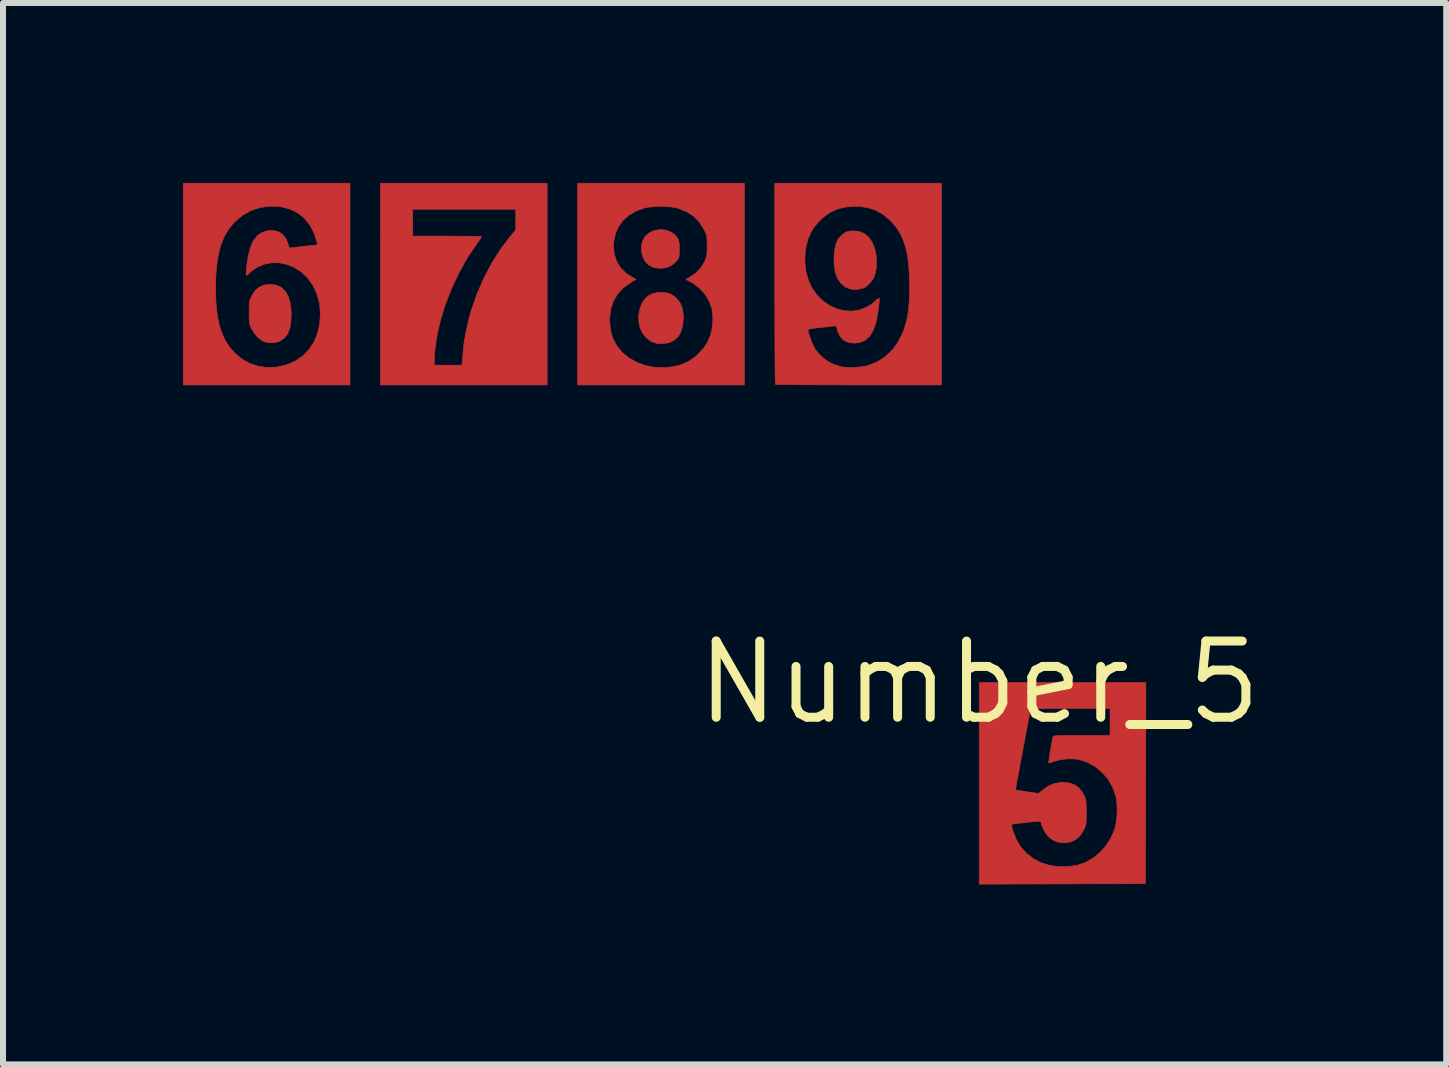
<source format=kicad_pcb>
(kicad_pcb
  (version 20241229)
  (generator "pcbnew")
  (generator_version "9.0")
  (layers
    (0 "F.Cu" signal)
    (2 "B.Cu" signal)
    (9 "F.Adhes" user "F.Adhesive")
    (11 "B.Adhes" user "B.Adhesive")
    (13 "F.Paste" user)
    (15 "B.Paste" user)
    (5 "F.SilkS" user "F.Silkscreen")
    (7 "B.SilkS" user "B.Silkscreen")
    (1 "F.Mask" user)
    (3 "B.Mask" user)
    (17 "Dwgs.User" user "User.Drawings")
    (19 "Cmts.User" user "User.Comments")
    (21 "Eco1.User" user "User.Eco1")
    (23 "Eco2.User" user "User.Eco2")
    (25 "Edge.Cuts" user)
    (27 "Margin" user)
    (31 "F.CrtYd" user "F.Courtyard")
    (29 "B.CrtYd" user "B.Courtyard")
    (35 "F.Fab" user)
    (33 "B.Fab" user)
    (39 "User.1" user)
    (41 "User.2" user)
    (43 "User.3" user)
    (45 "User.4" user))
  (footprint "Number_5"
    (layer "F.Cu")
    (at 13.274 8.327)
    (property "Reference" "Number_5" (at 0 0 0) (layer "F.SilkS") (effects (font (size 1.27 1.27) (thickness 0.15))))
    (attr smd board_only exclude_from_bom allow_missing_courtyard)
    (fp_poly (pts (xy -5.245 -7.545) (xy -5.161 -7.52) (xy -5.089 -7.476) (xy -5.039 -7.421) (xy -5.02 -7.389) (xy -5.008 -7.358) (xy -5.002 -7.32) (xy -4.999 -7.267) (xy -4.999 -7.223) (xy -5 -7.157) (xy -5.003 -7.112) (xy -5.01 -7.081) (xy -5.024 -7.055) (xy -5.045 -7.027) (xy -5.114 -6.963) (xy -5.2 -6.921) (xy -5.295 -6.903) (xy -5.395 -6.911) (xy -5.447 -6.925) (xy -5.516 -6.964) (xy -5.571 -7.024) (xy -5.609 -7.099) (xy -5.63 -7.182) (xy -5.632 -7.269) (xy -5.614 -7.353) (xy -5.575 -7.428) (xy -5.564 -7.441) (xy -5.499 -7.497) (xy -5.42 -7.533) (xy -5.333 -7.549) (xy -5.245 -7.545)) (stroke (width 0.01) (type solid)) (fill yes) (layer "F.Cu"))
    (fp_poly (pts (xy -5.216 -6.496) (xy -5.141 -6.473) (xy -5.074 -6.429) (xy -5.039 -6.395) (xy -4.985 -6.325) (xy -4.951 -6.243) (xy -4.934 -6.143) (xy -4.932 -6.081) (xy -4.942 -5.954) (xy -4.972 -5.848) (xy -5.021 -5.763) (xy -5.09 -5.702) (xy -5.176 -5.663) (xy -5.28 -5.648) (xy -5.293 -5.648) (xy -5.361 -5.651) (xy -5.417 -5.665) (xy -5.472 -5.689) (xy -5.551 -5.746) (xy -5.612 -5.823) (xy -5.654 -5.914) (xy -5.676 -6.015) (xy -5.677 -6.122) (xy -5.657 -6.228) (xy -5.615 -6.331) (xy -5.588 -6.375) (xy -5.526 -6.44) (xy -5.447 -6.482) (xy -5.349 -6.501) (xy -5.309 -6.503) (xy -5.216 -6.496)) (stroke (width 0.01) (type solid)) (fill yes) (layer "F.Cu"))
    (fp_poly (pts (xy -2.013 -7.521) (xy -1.924 -7.488) (xy -1.849 -7.43) (xy -1.789 -7.346) (xy -1.744 -7.24) (xy -1.718 -7.12) (xy -1.71 -7.019) (xy -1.715 -6.916) (xy -1.732 -6.822) (xy -1.759 -6.748) (xy -1.794 -6.693) (xy -1.842 -6.639) (xy -1.893 -6.595) (xy -1.915 -6.581) (xy -1.967 -6.564) (xy -2.033 -6.553) (xy -2.1 -6.552) (xy -2.147 -6.558) (xy -2.236 -6.595) (xy -2.309 -6.657) (xy -2.365 -6.742) (xy -2.399 -6.835) (xy -2.415 -6.924) (xy -2.421 -7.024) (xy -2.418 -7.126) (xy -2.407 -7.223) (xy -2.388 -7.309) (xy -2.361 -7.376) (xy -2.349 -7.395) (xy -2.321 -7.427) (xy -2.282 -7.464) (xy -2.267 -7.476) (xy -2.228 -7.503) (xy -2.188 -7.519) (xy -2.133 -7.526) (xy -2.116 -7.528) (xy -2.013 -7.521)) (stroke (width 0.01) (type solid)) (fill yes) (layer "F.Cu"))
    (fp_poly (pts (xy -11.817 -6.636) (xy -11.717 -6.623) (xy -11.634 -6.585) (xy -11.568 -6.523) (xy -11.519 -6.436) (xy -11.486 -6.326) (xy -11.471 -6.191) (xy -11.469 -6.133) (xy -11.476 -6.003) (xy -11.495 -5.897) (xy -11.529 -5.812) (xy -11.579 -5.747) (xy -11.645 -5.698) (xy -11.657 -5.692) (xy -11.72 -5.671) (xy -11.796 -5.663) (xy -11.872 -5.668) (xy -11.934 -5.687) (xy -11.935 -5.687) (xy -12.006 -5.736) (xy -12.073 -5.806) (xy -12.126 -5.888) (xy -12.132 -5.901) (xy -12.148 -5.939) (xy -12.16 -5.973) (xy -12.166 -6.013) (xy -12.17 -6.064) (xy -12.171 -6.134) (xy -12.171 -6.171) (xy -12.17 -6.25) (xy -12.168 -6.308) (xy -12.163 -6.35) (xy -12.154 -6.384) (xy -12.14 -6.419) (xy -12.129 -6.442) (xy -12.074 -6.529) (xy -12.005 -6.589) (xy -11.92 -6.624) (xy -11.817 -6.636) (xy -11.817 -6.636)) (stroke (width 0.01) (type solid)) (fill yes) (layer "F.Cu"))
    (fp_poly (pts (xy -7.203 -4.96) (xy -9.982 -4.96) (xy -9.982 -7.889) (xy -9.444 -7.889) (xy -9.444 -7.441) (xy -8.869 -7.441) (xy -8.741 -7.44) (xy -8.623 -7.44) (xy -8.518 -7.439) (xy -8.43 -7.438) (xy -8.361 -7.437) (xy -8.314 -7.435) (xy -8.294 -7.433) (xy -8.294 -7.433) (xy -8.302 -7.418) (xy -8.324 -7.386) (xy -8.356 -7.341) (xy -8.373 -7.317) (xy -8.529 -7.087) (xy -8.67 -6.835) (xy -8.796 -6.569) (xy -8.902 -6.296) (xy -8.985 -6.023) (xy -9.032 -5.819) (xy -9.051 -5.711) (xy -9.067 -5.599) (xy -9.078 -5.494) (xy -9.085 -5.404) (xy -9.085 -5.368) (xy -9.085 -5.289) (xy -8.624 -5.289) (xy -8.616 -5.368) (xy -8.611 -5.424) (xy -8.605 -5.494) (xy -8.6 -5.558) (xy -8.588 -5.66) (xy -8.567 -5.782) (xy -8.541 -5.914) (xy -8.509 -6.05) (xy -8.474 -6.179) (xy -8.465 -6.21) (xy -8.371 -6.479) (xy -8.257 -6.741) (xy -8.125 -6.992) (xy -7.977 -7.225) (xy -7.818 -7.436) (xy -7.814 -7.44) (xy -7.726 -7.545) (xy -7.726 -7.889) (xy -9.444 -7.889) (xy -9.982 -7.889) (xy -9.982 -8.322) (xy -7.203 -8.322) (xy -7.203 -4.96)) (stroke (width 0.01) (type solid)) (fill yes) (layer "F.Cu"))
    (fp_poly (pts (xy -3.916 -4.96) (xy -6.695 -4.96) (xy -6.695 -6.029) (xy -6.161 -6.029) (xy -6.147 -5.873) (xy -6.106 -5.733) (xy -6.04 -5.608) (xy -5.949 -5.498) (xy -5.832 -5.405) (xy -5.713 -5.338) (xy -5.564 -5.283) (xy -5.403 -5.253) (xy -5.234 -5.249) (xy -5.096 -5.265) (xy -4.959 -5.3) (xy -4.841 -5.353) (xy -4.733 -5.43) (xy -4.672 -5.487) (xy -4.588 -5.581) (xy -4.526 -5.677) (xy -4.483 -5.782) (xy -4.461 -5.859) (xy -4.446 -5.953) (xy -4.44 -6.056) (xy -4.444 -6.155) (xy -4.455 -6.229) (xy -4.498 -6.351) (xy -4.566 -6.466) (xy -4.656 -6.567) (xy -4.762 -6.65) (xy -4.804 -6.673) (xy -4.892 -6.72) (xy -4.833 -6.75) (xy -4.733 -6.817) (xy -4.647 -6.906) (xy -4.585 -7.004) (xy -4.564 -7.049) (xy -4.55 -7.086) (xy -4.541 -7.123) (xy -4.537 -7.17) (xy -4.536 -7.233) (xy -4.536 -7.276) (xy -4.536 -7.352) (xy -4.539 -7.406) (xy -4.545 -7.447) (xy -4.555 -7.483) (xy -4.573 -7.523) (xy -4.586 -7.55) (xy -4.661 -7.67) (xy -4.757 -7.769) (xy -4.874 -7.846) (xy -5.011 -7.902) (xy -5.044 -7.912) (xy -5.123 -7.926) (xy -5.22 -7.934) (xy -5.327 -7.936) (xy -5.431 -7.932) (xy -5.524 -7.922) (xy -5.573 -7.912) (xy -5.716 -7.861) (xy -5.838 -7.791) (xy -5.938 -7.702) (xy -6.015 -7.595) (xy -6.067 -7.474) (xy -6.094 -7.338) (xy -6.097 -7.265) (xy -6.083 -7.134) (xy -6.042 -7.015) (xy -5.975 -6.909) (xy -5.884 -6.819) (xy -5.771 -6.747) (xy -5.721 -6.721) (xy -5.808 -6.669) (xy -5.931 -6.581) (xy -6.027 -6.479) (xy -6.097 -6.361) (xy -6.141 -6.229) (xy -6.16 -6.081) (xy -6.161 -6.029) (xy -6.695 -6.029) (xy -6.695 -8.322) (xy -3.916 -8.322) (xy -3.916 -4.96)) (stroke (width 0.01) (type solid)) (fill yes) (layer "F.Cu"))
    (fp_poly (pts (xy -10.49 -4.96) (xy -13.269 -4.96) (xy -13.269 -6.567) (xy -12.731 -6.567) (xy -12.725 -6.351) (xy -12.707 -6.16) (xy -12.677 -5.991) (xy -12.633 -5.843) (xy -12.575 -5.712) (xy -12.502 -5.596) (xy -12.413 -5.493) (xy -12.41 -5.491) (xy -12.29 -5.391) (xy -12.157 -5.317) (xy -12.014 -5.27) (xy -11.863 -5.25) (xy -11.707 -5.258) (xy -11.549 -5.295) (xy -11.537 -5.298) (xy -11.397 -5.36) (xy -11.275 -5.444) (xy -11.173 -5.549) (xy -11.091 -5.673) (xy -11.032 -5.815) (xy -10.995 -5.972) (xy -10.983 -6.138) (xy -10.996 -6.306) (xy -11.036 -6.464) (xy -11.101 -6.608) (xy -11.19 -6.737) (xy -11.199 -6.748) (xy -11.301 -6.845) (xy -11.415 -6.918) (xy -11.536 -6.968) (xy -11.662 -6.995) (xy -11.789 -6.997) (xy -11.912 -6.975) (xy -12.028 -6.928) (xy -12.133 -6.856) (xy -12.147 -6.843) (xy -12.183 -6.811) (xy -12.209 -6.789) (xy -12.219 -6.783) (xy -12.222 -6.797) (xy -12.221 -6.834) (xy -12.216 -6.889) (xy -12.209 -6.954) (xy -12.199 -7.026) (xy -12.188 -7.096) (xy -12.183 -7.119) (xy -12.149 -7.253) (xy -12.102 -7.359) (xy -12.04 -7.441) (xy -11.965 -7.497) (xy -11.874 -7.529) (xy -11.869 -7.529) (xy -11.771 -7.535) (xy -11.684 -7.515) (xy -11.613 -7.47) (xy -11.558 -7.401) (xy -11.527 -7.327) (xy -11.503 -7.243) (xy -11.426 -7.252) (xy -11.378 -7.257) (xy -11.31 -7.265) (xy -11.234 -7.273) (xy -11.189 -7.278) (xy -11.028 -7.295) (xy -11.038 -7.334) (xy -11.087 -7.489) (xy -11.156 -7.622) (xy -11.244 -7.733) (xy -11.35 -7.821) (xy -11.474 -7.885) (xy -11.613 -7.925) (xy -11.663 -7.932) (xy -11.831 -7.939) (xy -11.99 -7.917) (xy -12.139 -7.868) (xy -12.276 -7.791) (xy -12.403 -7.686) (xy -12.437 -7.651) (xy -12.52 -7.546) (xy -12.589 -7.426) (xy -12.643 -7.288) (xy -12.684 -7.132) (xy -12.712 -6.954) (xy -12.727 -6.753) (xy -12.731 -6.567) (xy -13.269 -6.567) (xy -13.269 -8.322) (xy -10.49 -8.322) (xy -10.49 -4.96)) (stroke (width 0.01) (type solid)) (fill yes) (layer "F.Cu"))
    (fp_poly (pts (xy -0.629 -4.96) (xy -2.008 -4.96) (xy -2.209 -4.96) (xy -2.401 -4.961) (xy -2.582 -4.961) (xy -2.751 -4.962) (xy -2.904 -4.963) (xy -3.041 -4.964) (xy -3.159 -4.965) (xy -3.255 -4.966) (xy -3.329 -4.967) (xy -3.377 -4.969) (xy -3.397 -4.97) (xy -3.398 -4.97) (xy -3.399 -4.986) (xy -3.4 -5.03) (xy -3.402 -5.1) (xy -3.403 -5.194) (xy -3.404 -5.311) (xy -3.405 -5.448) (xy -3.406 -5.603) (xy -3.406 -5.775) (xy -3.407 -5.961) (xy -3.407 -6.16) (xy -3.408 -6.37) (xy -3.408 -6.589) (xy -3.408 -6.651) (xy -3.408 -7.013) (xy -2.908 -7.013) (xy -2.89 -6.857) (xy -2.85 -6.711) (xy -2.788 -6.578) (xy -2.706 -6.46) (xy -2.605 -6.36) (xy -2.489 -6.28) (xy -2.357 -6.223) (xy -2.249 -6.197) (xy -2.123 -6.19) (xy -1.997 -6.21) (xy -1.879 -6.255) (xy -1.774 -6.322) (xy -1.738 -6.354) (xy -1.704 -6.385) (xy -1.678 -6.404) (xy -1.667 -6.407) (xy -1.665 -6.389) (xy -1.668 -6.348) (xy -1.674 -6.29) (xy -1.683 -6.222) (xy -1.694 -6.15) (xy -1.705 -6.081) (xy -1.717 -6.021) (xy -1.728 -5.977) (xy -1.728 -5.976) (xy -1.773 -5.86) (xy -1.829 -5.77) (xy -1.899 -5.707) (xy -1.983 -5.67) (xy -2.081 -5.657) (xy -2.086 -5.657) (xy -2.181 -5.669) (xy -2.258 -5.705) (xy -2.316 -5.764) (xy -2.356 -5.847) (xy -2.364 -5.872) (xy -2.376 -5.917) (xy -2.387 -5.939) (xy -2.405 -5.945) (xy -2.436 -5.941) (xy -2.472 -5.937) (xy -2.529 -5.93) (xy -2.6 -5.922) (xy -2.672 -5.915) (xy -2.754 -5.906) (xy -2.809 -5.897) (xy -2.841 -5.888) (xy -2.854 -5.879) (xy -2.855 -5.875) (xy -2.849 -5.841) (xy -2.833 -5.788) (xy -2.811 -5.725) (xy -2.785 -5.659) (xy -2.758 -5.601) (xy -2.735 -5.557) (xy -2.734 -5.555) (xy -2.652 -5.454) (xy -2.55 -5.369) (xy -2.432 -5.305) (xy -2.306 -5.264) (xy -2.287 -5.26) (xy -2.198 -5.251) (xy -2.094 -5.251) (xy -1.987 -5.26) (xy -1.888 -5.275) (xy -1.839 -5.288) (xy -1.693 -5.349) (xy -1.562 -5.434) (xy -1.448 -5.543) (xy -1.352 -5.675) (xy -1.275 -5.828) (xy -1.244 -5.912) (xy -1.215 -6.013) (xy -1.192 -6.119) (xy -1.176 -6.233) (xy -1.166 -6.363) (xy -1.161 -6.513) (xy -1.161 -6.611) (xy -1.166 -6.824) (xy -1.181 -7.011) (xy -1.207 -7.175) (xy -1.246 -7.319) (xy -1.297 -7.446) (xy -1.362 -7.559) (xy -1.442 -7.66) (xy -1.498 -7.717) (xy -1.613 -7.81) (xy -1.734 -7.876) (xy -1.865 -7.918) (xy -2.012 -7.936) (xy -2.065 -7.937) (xy -2.22 -7.927) (xy -2.357 -7.895) (xy -2.48 -7.84) (xy -2.594 -7.76) (xy -2.655 -7.703) (xy -2.743 -7.604) (xy -2.809 -7.5) (xy -2.857 -7.386) (xy -2.889 -7.254) (xy -2.9 -7.177) (xy -2.908 -7.013) (xy -3.408 -7.013) (xy -3.408 -8.322) (xy -0.629 -8.322) (xy -0.629 -4.96)) (stroke (width 0.01) (type solid)) (fill yes) (layer "F.Cu"))
    (fp_poly (pts (xy 2.775 1.677) (xy 2.772 3.354) (xy 1.386 3.358) (xy 0 3.362) (xy 0 2.386) (xy 0.541 2.386) (xy 0.549 2.427) (xy 0.566 2.482) (xy 0.588 2.544) (xy 0.614 2.608) (xy 0.623 2.628) (xy 0.695 2.746) (xy 0.79 2.851) (xy 0.903 2.938) (xy 1.028 3.004) (xy 1.162 3.045) (xy 1.173 3.047) (xy 1.228 3.056) (xy 1.276 3.065) (xy 1.3 3.069) (xy 1.342 3.072) (xy 1.405 3.071) (xy 1.477 3.067) (xy 1.55 3.06) (xy 1.613 3.051) (xy 1.643 3.045) (xy 1.776 2.999) (xy 1.902 2.926) (xy 2.016 2.831) (xy 2.115 2.718) (xy 2.197 2.59) (xy 2.256 2.451) (xy 2.271 2.399) (xy 2.291 2.286) (xy 2.3 2.161) (xy 2.297 2.034) (xy 2.283 1.92) (xy 2.278 1.899) (xy 2.229 1.754) (xy 2.155 1.622) (xy 2.059 1.507) (xy 1.945 1.41) (xy 1.814 1.336) (xy 1.684 1.29) (xy 1.583 1.274) (xy 1.468 1.274) (xy 1.355 1.287) (xy 1.254 1.313) (xy 1.25 1.315) (xy 1.204 1.331) (xy 1.17 1.34) (xy 1.157 1.341) (xy 1.158 1.326) (xy 1.163 1.287) (xy 1.171 1.232) (xy 1.182 1.166) (xy 1.194 1.095) (xy 1.206 1.028) (xy 1.217 0.968) (xy 1.226 0.923) (xy 1.232 0.9) (xy 1.241 0.895) (xy 1.265 0.89) (xy 1.305 0.887) (xy 1.366 0.885) (xy 1.448 0.883) (xy 1.555 0.882) (xy 1.69 0.882) (xy 1.71 0.882) (xy 2.181 0.882) (xy 2.181 0.433) (xy 1.517 0.433) (xy 1.352 0.433) (xy 1.214 0.434) (xy 1.103 0.435) (xy 1.015 0.436) (xy 0.948 0.439) (xy 0.9 0.441) (xy 0.87 0.444) (xy 0.854 0.449) (xy 0.851 0.452) (xy 0.849 0.47) (xy 0.841 0.515) (xy 0.828 0.582) (xy 0.812 0.67) (xy 0.793 0.775) (xy 0.77 0.894) (xy 0.746 1.025) (xy 0.726 1.128) (xy 0.7 1.264) (xy 0.677 1.391) (xy 0.655 1.505) (xy 0.637 1.604) (xy 0.622 1.685) (xy 0.612 1.745) (xy 0.606 1.781) (xy 0.605 1.79) (xy 0.621 1.794) (xy 0.66 1.801) (xy 0.718 1.81) (xy 0.788 1.821) (xy 0.799 1.823) (xy 0.989 1.851) (xy 1.068 1.786) (xy 1.159 1.723) (xy 1.251 1.685) (xy 1.352 1.668) (xy 1.404 1.666) (xy 1.512 1.678) (xy 1.601 1.711) (xy 1.673 1.769) (xy 1.732 1.853) (xy 1.751 1.89) (xy 1.765 1.924) (xy 1.775 1.958) (xy 1.781 1.998) (xy 1.784 2.051) (xy 1.785 2.125) (xy 1.785 2.166) (xy 1.785 2.251) (xy 1.783 2.313) (xy 1.778 2.358) (xy 1.77 2.394) (xy 1.758 2.427) (xy 1.751 2.443) (xy 1.693 2.54) (xy 1.621 2.61) (xy 1.534 2.655) (xy 1.433 2.673) (xy 1.412 2.674) (xy 1.31 2.662) (xy 1.222 2.624) (xy 1.146 2.562) (xy 1.115 2.522) (xy 1.083 2.469) (xy 1.055 2.411) (xy 1.036 2.36) (xy 1.031 2.33) (xy 1.018 2.32) (xy 0.99 2.316) (xy 0.956 2.318) (xy 0.904 2.322) (xy 0.839 2.328) (xy 0.768 2.336) (xy 0.697 2.344) (xy 0.633 2.351) (xy 0.582 2.358) (xy 0.55 2.363) (xy 0.543 2.366) (xy 0.541 2.386) (xy 0 2.386) (xy 0 0) (xy 2.779 0) (xy 2.775 1.677)) (stroke (width 0.01) (type solid)) (fill yes) (layer "F.Cu")))
  (gr_rect
    (start -3 -3)
    (end 21.059 14.694)
    (stroke (width 0.1) (type default))
    (fill no)
    (layer "Edge.Cuts")))
</source>
